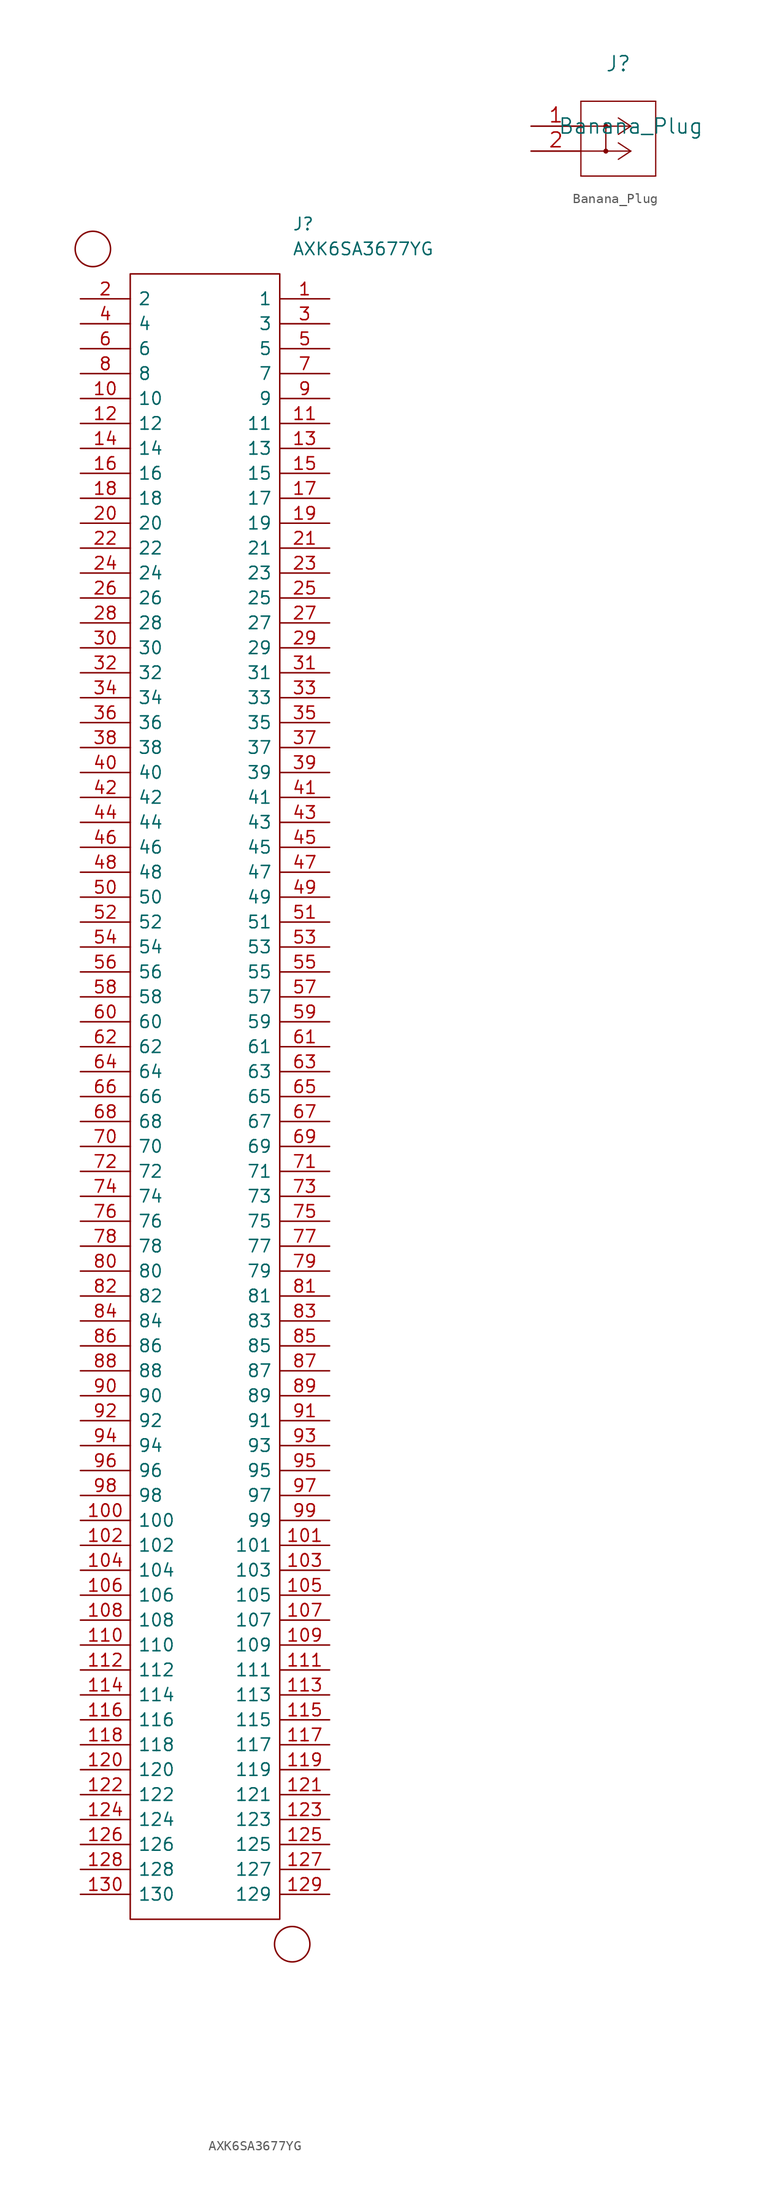
<source format=kicad_sym>
(kicad_symbol_lib
  (version 20211014)
  (generator kicad_symbol_editor)
  (symbol "AXK6SA3677YG"
    (pin_names
      (offset 0.762))
    (property "Reference" "J"
      (at 21.59 7.62 0)
      (effects (font (size 1.27 1.27)) (justify left)))
    (property "Value" "AXK6SA3677YG"
      (at 21.59 5.08 0)
      (effects (font (size 1.27 1.27)) (justify left)))
    (symbol "AXK6SA3677YG_0_0"
      (pin passive line (at 25.4 0 180) (length 5.08) (name "1" (effects (font (size 1.27 1.27)))) (number "1" (effects (font (size 1.27 1.27)))))
      (pin passive line (at 0 -10.16 0) (length 5.08) (name "10" (effects (font (size 1.27 1.27)))) (number "10" (effects (font (size 1.27 1.27)))))
      (pin passive line (at 0 -124.46 0) (length 5.08) (name "100" (effects (font (size 1.27 1.27)))) (number "100" (effects (font (size 1.27 1.27)))))
      (pin passive line (at 25.4 -127 180) (length 5.08) (name "101" (effects (font (size 1.27 1.27)))) (number "101" (effects (font (size 1.27 1.27)))))
      (pin passive line (at 0 -127 0) (length 5.08) (name "102" (effects (font (size 1.27 1.27)))) (number "102" (effects (font (size 1.27 1.27)))))
      (pin passive line (at 25.4 -129.54 180) (length 5.08) (name "103" (effects (font (size 1.27 1.27)))) (number "103" (effects (font (size 1.27 1.27)))))
      (pin passive line (at 0 -129.54 0) (length 5.08) (name "104" (effects (font (size 1.27 1.27)))) (number "104" (effects (font (size 1.27 1.27)))))
      (pin passive line (at 25.4 -132.08 180) (length 5.08) (name "105" (effects (font (size 1.27 1.27)))) (number "105" (effects (font (size 1.27 1.27)))))
      (pin passive line (at 0 -132.08 0) (length 5.08) (name "106" (effects (font (size 1.27 1.27)))) (number "106" (effects (font (size 1.27 1.27)))))
      (pin passive line (at 25.4 -134.62 180) (length 5.08) (name "107" (effects (font (size 1.27 1.27)))) (number "107" (effects (font (size 1.27 1.27)))))
      (pin passive line (at 0 -134.62 0) (length 5.08) (name "108" (effects (font (size 1.27 1.27)))) (number "108" (effects (font (size 1.27 1.27)))))
      (pin passive line (at 25.4 -137.16 180) (length 5.08) (name "109" (effects (font (size 1.27 1.27)))) (number "109" (effects (font (size 1.27 1.27)))))
      (pin passive line (at 25.4 -12.7 180) (length 5.08) (name "11" (effects (font (size 1.27 1.27)))) (number "11" (effects (font (size 1.27 1.27)))))
      (pin passive line (at 0 -137.16 0) (length 5.08) (name "110" (effects (font (size 1.27 1.27)))) (number "110" (effects (font (size 1.27 1.27)))))
      (pin passive line (at 25.4 -139.7 180) (length 5.08) (name "111" (effects (font (size 1.27 1.27)))) (number "111" (effects (font (size 1.27 1.27)))))
      (pin passive line (at 0 -139.7 0) (length 5.08) (name "112" (effects (font (size 1.27 1.27)))) (number "112" (effects (font (size 1.27 1.27)))))
      (pin passive line (at 25.4 -142.24 180) (length 5.08) (name "113" (effects (font (size 1.27 1.27)))) (number "113" (effects (font (size 1.27 1.27)))))
      (pin passive line (at 0 -142.24 0) (length 5.08) (name "114" (effects (font (size 1.27 1.27)))) (number "114" (effects (font (size 1.27 1.27)))))
      (pin passive line (at 25.4 -144.78 180) (length 5.08) (name "115" (effects (font (size 1.27 1.27)))) (number "115" (effects (font (size 1.27 1.27)))))
      (pin passive line (at 0 -144.78 0) (length 5.08) (name "116" (effects (font (size 1.27 1.27)))) (number "116" (effects (font (size 1.27 1.27)))))
      (pin passive line (at 25.4 -147.32 180) (length 5.08) (name "117" (effects (font (size 1.27 1.27)))) (number "117" (effects (font (size 1.27 1.27)))))
      (pin passive line (at 0 -147.32 0) (length 5.08) (name "118" (effects (font (size 1.27 1.27)))) (number "118" (effects (font (size 1.27 1.27)))))
      (pin passive line (at 25.4 -149.86 180) (length 5.08) (name "119" (effects (font (size 1.27 1.27)))) (number "119" (effects (font (size 1.27 1.27)))))
      (pin passive line (at 0 -12.7 0) (length 5.08) (name "12" (effects (font (size 1.27 1.27)))) (number "12" (effects (font (size 1.27 1.27)))))
      (pin passive line (at 0 -149.86 0) (length 5.08) (name "120" (effects (font (size 1.27 1.27)))) (number "120" (effects (font (size 1.27 1.27)))))
      (pin passive line (at 25.4 -152.4 180) (length 5.08) (name "121" (effects (font (size 1.27 1.27)))) (number "121" (effects (font (size 1.27 1.27)))))
      (pin passive line (at 0 -152.4 0) (length 5.08) (name "122" (effects (font (size 1.27 1.27)))) (number "122" (effects (font (size 1.27 1.27)))))
      (pin passive line (at 25.4 -154.94 180) (length 5.08) (name "123" (effects (font (size 1.27 1.27)))) (number "123" (effects (font (size 1.27 1.27)))))
      (pin passive line (at 0 -154.94 0) (length 5.08) (name "124" (effects (font (size 1.27 1.27)))) (number "124" (effects (font (size 1.27 1.27)))))
      (pin passive line (at 25.4 -157.48 180) (length 5.08) (name "125" (effects (font (size 1.27 1.27)))) (number "125" (effects (font (size 1.27 1.27)))))
      (pin passive line (at 0 -157.48 0) (length 5.08) (name "126" (effects (font (size 1.27 1.27)))) (number "126" (effects (font (size 1.27 1.27)))))
      (pin passive line (at 25.4 -160.02 180) (length 5.08) (name "127" (effects (font (size 1.27 1.27)))) (number "127" (effects (font (size 1.27 1.27)))))
      (pin passive line (at 0 -160.02 0) (length 5.08) (name "128" (effects (font (size 1.27 1.27)))) (number "128" (effects (font (size 1.27 1.27)))))
      (pin passive line (at 25.4 -162.56 180) (length 5.08) (name "129" (effects (font (size 1.27 1.27)))) (number "129" (effects (font (size 1.27 1.27)))))
      (pin passive line (at 25.4 -15.24 180) (length 5.08) (name "13" (effects (font (size 1.27 1.27)))) (number "13" (effects (font (size 1.27 1.27)))))
      (pin passive line (at 0 -162.56 0) (length 5.08) (name "130" (effects (font (size 1.27 1.27)))) (number "130" (effects (font (size 1.27 1.27)))))
      (pin passive line (at 0 -15.24 0) (length 5.08) (name "14" (effects (font (size 1.27 1.27)))) (number "14" (effects (font (size 1.27 1.27)))))
      (pin passive line (at 25.4 -17.78 180) (length 5.08) (name "15" (effects (font (size 1.27 1.27)))) (number "15" (effects (font (size 1.27 1.27)))))
      (pin passive line (at 0 -17.78 0) (length 5.08) (name "16" (effects (font (size 1.27 1.27)))) (number "16" (effects (font (size 1.27 1.27)))))
      (pin passive line (at 25.4 -20.32 180) (length 5.08) (name "17" (effects (font (size 1.27 1.27)))) (number "17" (effects (font (size 1.27 1.27)))))
      (pin passive line (at 0 -20.32 0) (length 5.08) (name "18" (effects (font (size 1.27 1.27)))) (number "18" (effects (font (size 1.27 1.27)))))
      (pin passive line (at 25.4 -22.86 180) (length 5.08) (name "19" (effects (font (size 1.27 1.27)))) (number "19" (effects (font (size 1.27 1.27)))))
      (pin passive line (at 0 0 0) (length 5.08) (name "2" (effects (font (size 1.27 1.27)))) (number "2" (effects (font (size 1.27 1.27)))))
      (pin passive line (at 0 -22.86 0) (length 5.08) (name "20" (effects (font (size 1.27 1.27)))) (number "20" (effects (font (size 1.27 1.27)))))
      (pin passive line (at 25.4 -25.4 180) (length 5.08) (name "21" (effects (font (size 1.27 1.27)))) (number "21" (effects (font (size 1.27 1.27)))))
      (pin passive line (at 0 -25.4 0) (length 5.08) (name "22" (effects (font (size 1.27 1.27)))) (number "22" (effects (font (size 1.27 1.27)))))
      (pin passive line (at 25.4 -27.94 180) (length 5.08) (name "23" (effects (font (size 1.27 1.27)))) (number "23" (effects (font (size 1.27 1.27)))))
      (pin passive line (at 0 -27.94 0) (length 5.08) (name "24" (effects (font (size 1.27 1.27)))) (number "24" (effects (font (size 1.27 1.27)))))
      (pin passive line (at 25.4 -30.48 180) (length 5.08) (name "25" (effects (font (size 1.27 1.27)))) (number "25" (effects (font (size 1.27 1.27)))))
      (pin passive line (at 0 -30.48 0) (length 5.08) (name "26" (effects (font (size 1.27 1.27)))) (number "26" (effects (font (size 1.27 1.27)))))
      (pin passive line (at 25.4 -33.02 180) (length 5.08) (name "27" (effects (font (size 1.27 1.27)))) (number "27" (effects (font (size 1.27 1.27)))))
      (pin passive line (at 0 -33.02 0) (length 5.08) (name "28" (effects (font (size 1.27 1.27)))) (number "28" (effects (font (size 1.27 1.27)))))
      (pin passive line (at 25.4 -35.56 180) (length 5.08) (name "29" (effects (font (size 1.27 1.27)))) (number "29" (effects (font (size 1.27 1.27)))))
      (pin passive line (at 25.4 -2.54 180) (length 5.08) (name "3" (effects (font (size 1.27 1.27)))) (number "3" (effects (font (size 1.27 1.27)))))
      (pin passive line (at 0 -35.56 0) (length 5.08) (name "30" (effects (font (size 1.27 1.27)))) (number "30" (effects (font (size 1.27 1.27)))))
      (pin passive line (at 25.4 -38.1 180) (length 5.08) (name "31" (effects (font (size 1.27 1.27)))) (number "31" (effects (font (size 1.27 1.27)))))
      (pin passive line (at 0 -38.1 0) (length 5.08) (name "32" (effects (font (size 1.27 1.27)))) (number "32" (effects (font (size 1.27 1.27)))))
      (pin passive line (at 25.4 -40.64 180) (length 5.08) (name "33" (effects (font (size 1.27 1.27)))) (number "33" (effects (font (size 1.27 1.27)))))
      (pin passive line (at 0 -40.64 0) (length 5.08) (name "34" (effects (font (size 1.27 1.27)))) (number "34" (effects (font (size 1.27 1.27)))))
      (pin passive line (at 25.4 -43.18 180) (length 5.08) (name "35" (effects (font (size 1.27 1.27)))) (number "35" (effects (font (size 1.27 1.27)))))
      (pin passive line (at 0 -43.18 0) (length 5.08) (name "36" (effects (font (size 1.27 1.27)))) (number "36" (effects (font (size 1.27 1.27)))))
      (pin passive line (at 25.4 -45.72 180) (length 5.08) (name "37" (effects (font (size 1.27 1.27)))) (number "37" (effects (font (size 1.27 1.27)))))
      (pin passive line (at 0 -45.72 0) (length 5.08) (name "38" (effects (font (size 1.27 1.27)))) (number "38" (effects (font (size 1.27 1.27)))))
      (pin passive line (at 25.4 -48.26 180) (length 5.08) (name "39" (effects (font (size 1.27 1.27)))) (number "39" (effects (font (size 1.27 1.27)))))
      (pin passive line (at 0 -2.54 0) (length 5.08) (name "4" (effects (font (size 1.27 1.27)))) (number "4" (effects (font (size 1.27 1.27)))))
      (pin passive line (at 0 -48.26 0) (length 5.08) (name "40" (effects (font (size 1.27 1.27)))) (number "40" (effects (font (size 1.27 1.27)))))
      (pin passive line (at 25.4 -50.8 180) (length 5.08) (name "41" (effects (font (size 1.27 1.27)))) (number "41" (effects (font (size 1.27 1.27)))))
      (pin passive line (at 0 -50.8 0) (length 5.08) (name "42" (effects (font (size 1.27 1.27)))) (number "42" (effects (font (size 1.27 1.27)))))
      (pin passive line (at 25.4 -53.34 180) (length 5.08) (name "43" (effects (font (size 1.27 1.27)))) (number "43" (effects (font (size 1.27 1.27)))))
      (pin passive line (at 0 -53.34 0) (length 5.08) (name "44" (effects (font (size 1.27 1.27)))) (number "44" (effects (font (size 1.27 1.27)))))
      (pin passive line (at 25.4 -55.88 180) (length 5.08) (name "45" (effects (font (size 1.27 1.27)))) (number "45" (effects (font (size 1.27 1.27)))))
      (pin passive line (at 0 -55.88 0) (length 5.08) (name "46" (effects (font (size 1.27 1.27)))) (number "46" (effects (font (size 1.27 1.27)))))
      (pin passive line (at 25.4 -58.42 180) (length 5.08) (name "47" (effects (font (size 1.27 1.27)))) (number "47" (effects (font (size 1.27 1.27)))))
      (pin passive line (at 0 -58.42 0) (length 5.08) (name "48" (effects (font (size 1.27 1.27)))) (number "48" (effects (font (size 1.27 1.27)))))
      (pin passive line (at 25.4 -60.96 180) (length 5.08) (name "49" (effects (font (size 1.27 1.27)))) (number "49" (effects (font (size 1.27 1.27)))))
      (pin passive line (at 25.4 -5.08 180) (length 5.08) (name "5" (effects (font (size 1.27 1.27)))) (number "5" (effects (font (size 1.27 1.27)))))
      (pin passive line (at 0 -60.96 0) (length 5.08) (name "50" (effects (font (size 1.27 1.27)))) (number "50" (effects (font (size 1.27 1.27)))))
      (pin passive line (at 25.4 -63.5 180) (length 5.08) (name "51" (effects (font (size 1.27 1.27)))) (number "51" (effects (font (size 1.27 1.27)))))
      (pin passive line (at 0 -63.5 0) (length 5.08) (name "52" (effects (font (size 1.27 1.27)))) (number "52" (effects (font (size 1.27 1.27)))))
      (pin passive line (at 25.4 -66.04 180) (length 5.08) (name "53" (effects (font (size 1.27 1.27)))) (number "53" (effects (font (size 1.27 1.27)))))
      (pin passive line (at 0 -66.04 0) (length 5.08) (name "54" (effects (font (size 1.27 1.27)))) (number "54" (effects (font (size 1.27 1.27)))))
      (pin passive line (at 25.4 -68.58 180) (length 5.08) (name "55" (effects (font (size 1.27 1.27)))) (number "55" (effects (font (size 1.27 1.27)))))
      (pin passive line (at 0 -68.58 0) (length 5.08) (name "56" (effects (font (size 1.27 1.27)))) (number "56" (effects (font (size 1.27 1.27)))))
      (pin passive line (at 25.4 -71.12 180) (length 5.08) (name "57" (effects (font (size 1.27 1.27)))) (number "57" (effects (font (size 1.27 1.27)))))
      (pin passive line (at 0 -71.12 0) (length 5.08) (name "58" (effects (font (size 1.27 1.27)))) (number "58" (effects (font (size 1.27 1.27)))))
      (pin passive line (at 25.4 -73.66 180) (length 5.08) (name "59" (effects (font (size 1.27 1.27)))) (number "59" (effects (font (size 1.27 1.27)))))
      (pin passive line (at 0 -5.08 0) (length 5.08) (name "6" (effects (font (size 1.27 1.27)))) (number "6" (effects (font (size 1.27 1.27)))))
      (pin passive line (at 0 -73.66 0) (length 5.08) (name "60" (effects (font (size 1.27 1.27)))) (number "60" (effects (font (size 1.27 1.27)))))
      (pin passive line (at 25.4 -76.2 180) (length 5.08) (name "61" (effects (font (size 1.27 1.27)))) (number "61" (effects (font (size 1.27 1.27)))))
      (pin passive line (at 0 -76.2 0) (length 5.08) (name "62" (effects (font (size 1.27 1.27)))) (number "62" (effects (font (size 1.27 1.27)))))
      (pin passive line (at 25.4 -78.74 180) (length 5.08) (name "63" (effects (font (size 1.27 1.27)))) (number "63" (effects (font (size 1.27 1.27)))))
      (pin passive line (at 0 -78.74 0) (length 5.08) (name "64" (effects (font (size 1.27 1.27)))) (number "64" (effects (font (size 1.27 1.27)))))
      (pin passive line (at 25.4 -81.28 180) (length 5.08) (name "65" (effects (font (size 1.27 1.27)))) (number "65" (effects (font (size 1.27 1.27)))))
      (pin passive line (at 0 -81.28 0) (length 5.08) (name "66" (effects (font (size 1.27 1.27)))) (number "66" (effects (font (size 1.27 1.27)))))
      (pin passive line (at 25.4 -83.82 180) (length 5.08) (name "67" (effects (font (size 1.27 1.27)))) (number "67" (effects (font (size 1.27 1.27)))))
      (pin passive line (at 0 -83.82 0) (length 5.08) (name "68" (effects (font (size 1.27 1.27)))) (number "68" (effects (font (size 1.27 1.27)))))
      (pin passive line (at 25.4 -86.36 180) (length 5.08) (name "69" (effects (font (size 1.27 1.27)))) (number "69" (effects (font (size 1.27 1.27)))))
      (pin passive line (at 25.4 -7.62 180) (length 5.08) (name "7" (effects (font (size 1.27 1.27)))) (number "7" (effects (font (size 1.27 1.27)))))
      (pin passive line (at 0 -86.36 0) (length 5.08) (name "70" (effects (font (size 1.27 1.27)))) (number "70" (effects (font (size 1.27 1.27)))))
      (pin passive line (at 25.4 -88.9 180) (length 5.08) (name "71" (effects (font (size 1.27 1.27)))) (number "71" (effects (font (size 1.27 1.27)))))
      (pin passive line (at 0 -88.9 0) (length 5.08) (name "72" (effects (font (size 1.27 1.27)))) (number "72" (effects (font (size 1.27 1.27)))))
      (pin passive line (at 25.4 -91.44 180) (length 5.08) (name "73" (effects (font (size 1.27 1.27)))) (number "73" (effects (font (size 1.27 1.27)))))
      (pin passive line (at 0 -91.44 0) (length 5.08) (name "74" (effects (font (size 1.27 1.27)))) (number "74" (effects (font (size 1.27 1.27)))))
      (pin passive line (at 25.4 -93.98 180) (length 5.08) (name "75" (effects (font (size 1.27 1.27)))) (number "75" (effects (font (size 1.27 1.27)))))
      (pin passive line (at 0 -93.98 0) (length 5.08) (name "76" (effects (font (size 1.27 1.27)))) (number "76" (effects (font (size 1.27 1.27)))))
      (pin passive line (at 25.4 -96.52 180) (length 5.08) (name "77" (effects (font (size 1.27 1.27)))) (number "77" (effects (font (size 1.27 1.27)))))
      (pin passive line (at 0 -96.52 0) (length 5.08) (name "78" (effects (font (size 1.27 1.27)))) (number "78" (effects (font (size 1.27 1.27)))))
      (pin passive line (at 25.4 -99.06 180) (length 5.08) (name "79" (effects (font (size 1.27 1.27)))) (number "79" (effects (font (size 1.27 1.27)))))
      (pin passive line (at 0 -7.62 0) (length 5.08) (name "8" (effects (font (size 1.27 1.27)))) (number "8" (effects (font (size 1.27 1.27)))))
      (pin passive line (at 0 -99.06 0) (length 5.08) (name "80" (effects (font (size 1.27 1.27)))) (number "80" (effects (font (size 1.27 1.27)))))
      (pin passive line (at 25.4 -101.6 180) (length 5.08) (name "81" (effects (font (size 1.27 1.27)))) (number "81" (effects (font (size 1.27 1.27)))))
      (pin passive line (at 0 -101.6 0) (length 5.08) (name "82" (effects (font (size 1.27 1.27)))) (number "82" (effects (font (size 1.27 1.27)))))
      (pin passive line (at 25.4 -104.14 180) (length 5.08) (name "83" (effects (font (size 1.27 1.27)))) (number "83" (effects (font (size 1.27 1.27)))))
      (pin passive line (at 0 -104.14 0) (length 5.08) (name "84" (effects (font (size 1.27 1.27)))) (number "84" (effects (font (size 1.27 1.27)))))
      (pin passive line (at 25.4 -106.68 180) (length 5.08) (name "85" (effects (font (size 1.27 1.27)))) (number "85" (effects (font (size 1.27 1.27)))))
      (pin passive line (at 0 -106.68 0) (length 5.08) (name "86" (effects (font (size 1.27 1.27)))) (number "86" (effects (font (size 1.27 1.27)))))
      (pin passive line (at 25.4 -109.22 180) (length 5.08) (name "87" (effects (font (size 1.27 1.27)))) (number "87" (effects (font (size 1.27 1.27)))))
      (pin passive line (at 0 -109.22 0) (length 5.08) (name "88" (effects (font (size 1.27 1.27)))) (number "88" (effects (font (size 1.27 1.27)))))
      (pin passive line (at 25.4 -111.76 180) (length 5.08) (name "89" (effects (font (size 1.27 1.27)))) (number "89" (effects (font (size 1.27 1.27)))))
      (pin passive line (at 25.4 -10.16 180) (length 5.08) (name "9" (effects (font (size 1.27 1.27)))) (number "9" (effects (font (size 1.27 1.27)))))
      (pin passive line (at 0 -111.76 0) (length 5.08) (name "90" (effects (font (size 1.27 1.27)))) (number "90" (effects (font (size 1.27 1.27)))))
      (pin passive line (at 25.4 -114.3 180) (length 5.08) (name "91" (effects (font (size 1.27 1.27)))) (number "91" (effects (font (size 1.27 1.27)))))
      (pin passive line (at 0 -114.3 0) (length 5.08) (name "92" (effects (font (size 1.27 1.27)))) (number "92" (effects (font (size 1.27 1.27)))))
      (pin passive line (at 25.4 -116.84 180) (length 5.08) (name "93" (effects (font (size 1.27 1.27)))) (number "93" (effects (font (size 1.27 1.27)))))
      (pin passive line (at 0 -116.84 0) (length 5.08) (name "94" (effects (font (size 1.27 1.27)))) (number "94" (effects (font (size 1.27 1.27)))))
      (pin passive line (at 25.4 -119.38 180) (length 5.08) (name "95" (effects (font (size 1.27 1.27)))) (number "95" (effects (font (size 1.27 1.27)))))
      (pin passive line (at 0 -119.38 0) (length 5.08) (name "96" (effects (font (size 1.27 1.27)))) (number "96" (effects (font (size 1.27 1.27)))))
      (pin passive line (at 25.4 -121.92 180) (length 5.08) (name "97" (effects (font (size 1.27 1.27)))) (number "97" (effects (font (size 1.27 1.27)))))
      (pin passive line (at 0 -121.92 0) (length 5.08) (name "98" (effects (font (size 1.27 1.27)))) (number "98" (effects (font (size 1.27 1.27)))))
      (pin passive line (at 25.4 -124.46 180) (length 5.08) (name "99" (effects (font (size 1.27 1.27)))) (number "99" (effects (font (size 1.27 1.27))))))
    (symbol "AXK6SA3677YG_0_1"
      (polyline (pts (xy 5.08 2.54) (xy 20.32 2.54) (xy 20.32 -165.1) (xy 5.08 -165.1) (xy 5.08 2.54)) (stroke (width 0.152) (type default) (color 0 0 0 0)) (fill (type none)))
      (circle (center 1.27 5.08) (radius 1.803) (stroke (width 0) (type default) (color 0 0 0 0)) (fill (type none))))
    (symbol "AXK6SA3677YG_1_1"
      (circle (center 21.59 -167.64) (radius 1.803) (stroke (width 0) (type default) (color 0 0 0 0)) (fill (type none)))))
  (symbol "Banana_Plug"
    (pin_names
      (offset 0.254) hide)
    (property "Reference" "J"
      (at 8.89 6.35 0)
      (effects (font (size 1.524 1.524))))
    (property "Value" "Banana_Plug"
      (at 10.16 0 0)
      (effects (font (size 1.524 1.524))))
    (property "Datasheet" ""
      (at 0 0 0)
      (effects (font (size 1.524 1.524))))
    (property "ki_locked" ""
      (at 0 0 0)
      (effects (font (size 1.27 1.27))))
    (symbol "Banana_Plug_1_1"
      (polyline (pts (xy 5.08 -5.08) (xy 12.7 -5.08)) (stroke (width 0.127) (type default) (color 0 0 0 0)) (fill (type none)))
      (polyline (pts (xy 5.08 2.54) (xy 5.08 -5.08)) (stroke (width 0.127) (type default) (color 0 0 0 0)) (fill (type none)))
      (polyline (pts (xy 7.62 0) (xy 7.62 -2.54)) (stroke (width 0.127) (type default) (color 0 0 0 0)) (fill (type none)))
      (polyline (pts (xy 10.16 -2.54) (xy 5.08 -2.54)) (stroke (width 0.127) (type default) (color 0 0 0 0)) (fill (type none)))
      (polyline (pts (xy 10.16 -2.54) (xy 8.89 -3.378)) (stroke (width 0.127) (type default) (color 0 0 0 0)) (fill (type none)))
      (polyline (pts (xy 10.16 -2.54) (xy 8.89 -1.702)) (stroke (width 0.127) (type default) (color 0 0 0 0)) (fill (type none)))
      (polyline (pts (xy 10.16 0) (xy 5.08 0)) (stroke (width 0.127) (type default) (color 0 0 0 0)) (fill (type none)))
      (polyline (pts (xy 10.16 0) (xy 8.89 -0.838)) (stroke (width 0.127) (type default) (color 0 0 0 0)) (fill (type none)))
      (polyline (pts (xy 10.16 0) (xy 8.89 0.838)) (stroke (width 0.127) (type default) (color 0 0 0 0)) (fill (type none)))
      (polyline (pts (xy 12.7 -5.08) (xy 12.7 2.54)) (stroke (width 0.127) (type default) (color 0 0 0 0)) (fill (type none)))
      (polyline (pts (xy 12.7 2.54) (xy 5.08 2.54)) (stroke (width 0.127) (type default) (color 0 0 0 0)) (fill (type none)))
      (arc (start 7.62 -2.667) (mid 7.62 -2.413) (end 7.62 -2.667) (stroke (width 0.254) (type default) (color 0 0 0 0)) (fill (type none)))
      (circle (center 7.62 -2.54) (radius 0.127) (stroke (width 0.254) (type default) (color 0 0 0 0)) (fill (type none)))
      (arc (start 7.62 -0.127) (mid 7.62 0.127) (end 7.62 -0.127) (stroke (width 0.254) (type default) (color 0 0 0 0)) (fill (type none)))
      (circle (center 7.62 0) (radius 0.127) (stroke (width 0.254) (type default) (color 0 0 0 0)) (fill (type none)))
      (pin passive line (at 0 0 0) (length 5.08) (name "1" (effects (font (size 1.499 1.499)))) (number "1" (effects (font (size 1.499 1.499)))))
      (pin passive line (at 0 -2.54 0) (length 5.08) (name "2" (effects (font (size 1.499 1.499)))) (number "2" (effects (font (size 1.499 1.499))))))))
</source>
